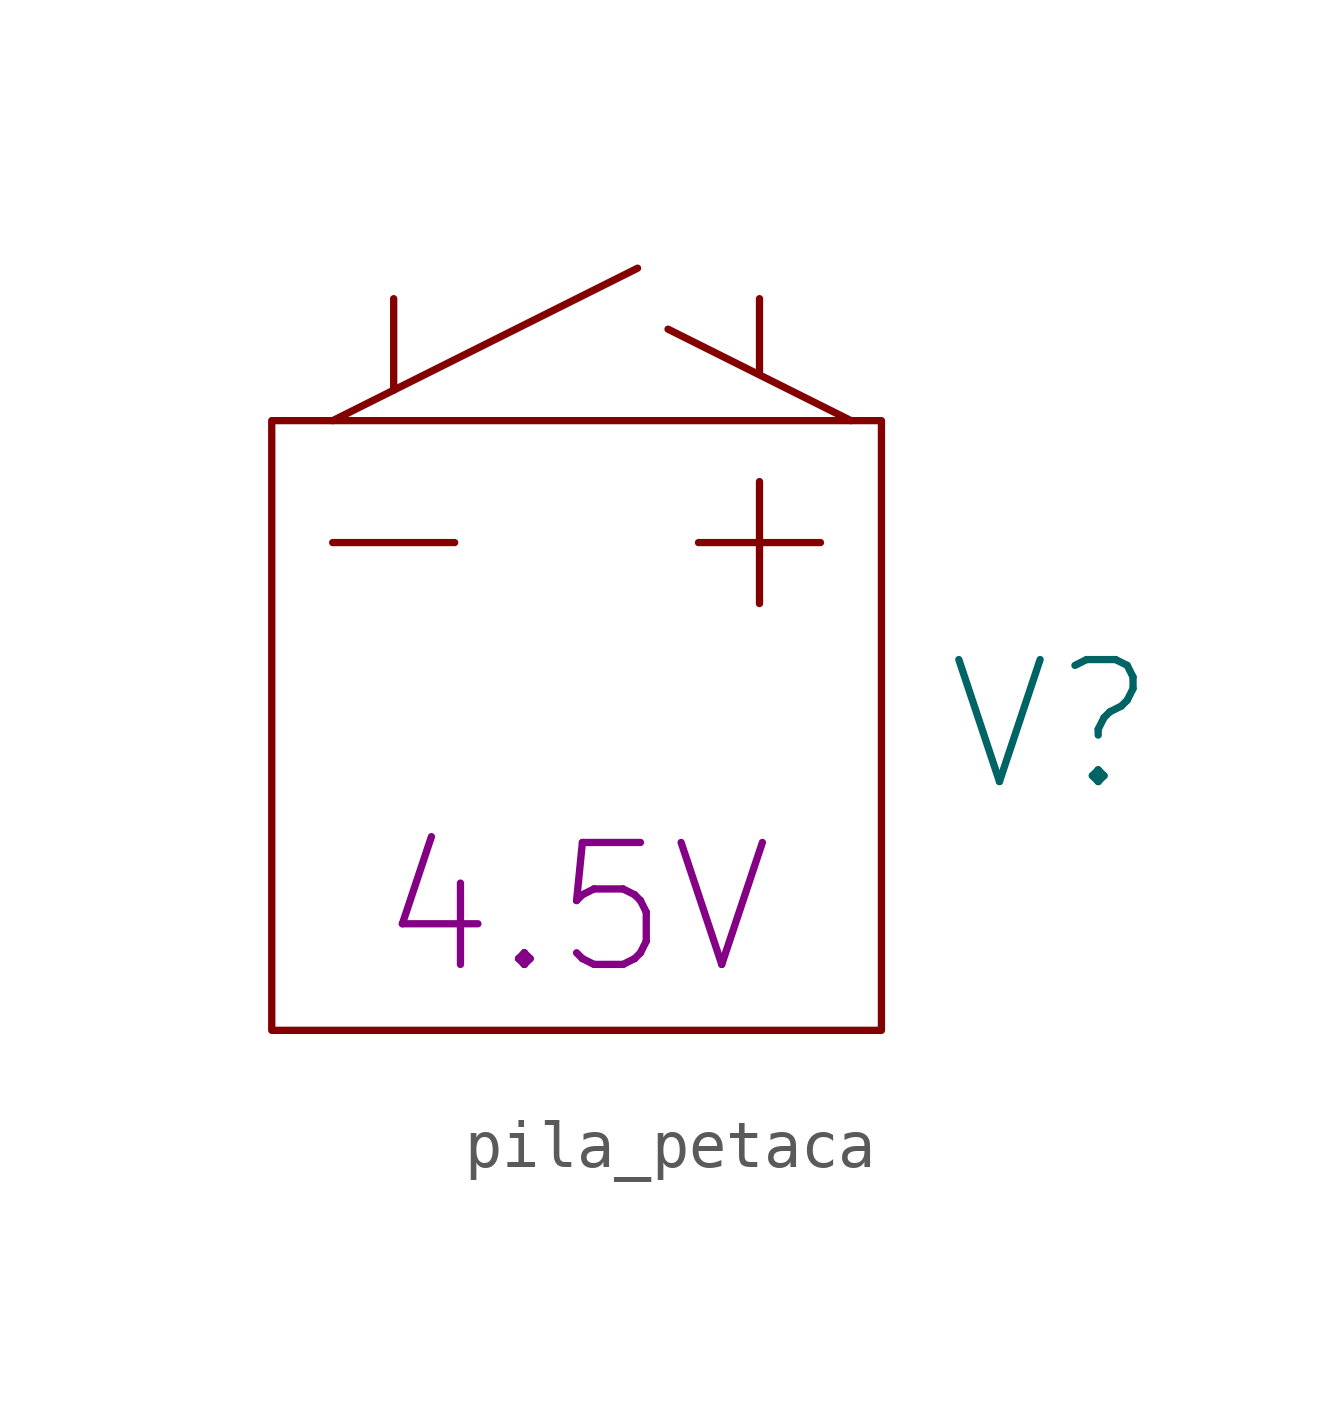
<source format=kicad_sym>
(kicad_symbol_lib
  (version 20220914)
  (generator kicad_symbol_editor)
  (symbol "pila_petaca"
    (pin_names
      (offset 1.016))
    (property "Reference" "V"
      (at 11.43 -8.89 0)
      (effects (font (size 2.54 2.54)) (justify left)))
    (property "V" "4.5V"
      (at 3.81 -12.7 0)
      (effects (font (size 2.54 2.54))))
    (symbol "pila_petaca_0_1"
      (rectangle (start -2.54 -2.54) (end 10.16 -15.24) (stroke (width 0) (type default)) (fill (type none)))
      (polyline (pts (xy -1.27 -5.08) (xy 1.27 -5.08)) (stroke (width 0) (type default)) (fill (type none)))
      (polyline (pts (xy -1.27 -2.54) (xy 5.08 0.635)) (stroke (width 0) (type default)) (fill (type none)))
      (polyline (pts (xy 7.62 -3.81) (xy 7.62 -6.35)) (stroke (width 0) (type default)) (fill (type none)))
      (polyline (pts (xy 8.89 -5.08) (xy 6.35 -5.08)) (stroke (width 0) (type default)) (fill (type none)))
      (polyline (pts (xy 9.525 -2.54) (xy 5.715 -0.635)) (stroke (width 0) (type default)) (fill (type none))))
    (symbol "pila_petaca_1_1"
      (pin input line (at 0 0 270) (length 1.905) (name "" (effects (font (size 1.27 1.27)))) (number "" (effects (font (size 1.143 1.143)))))
      (pin input line (at 7.62 0 270) (length 1.524) (name "" (effects (font (size 1.27 1.27)))) (number "" (effects (font (size 1.143 1.143))))))))
</source>
